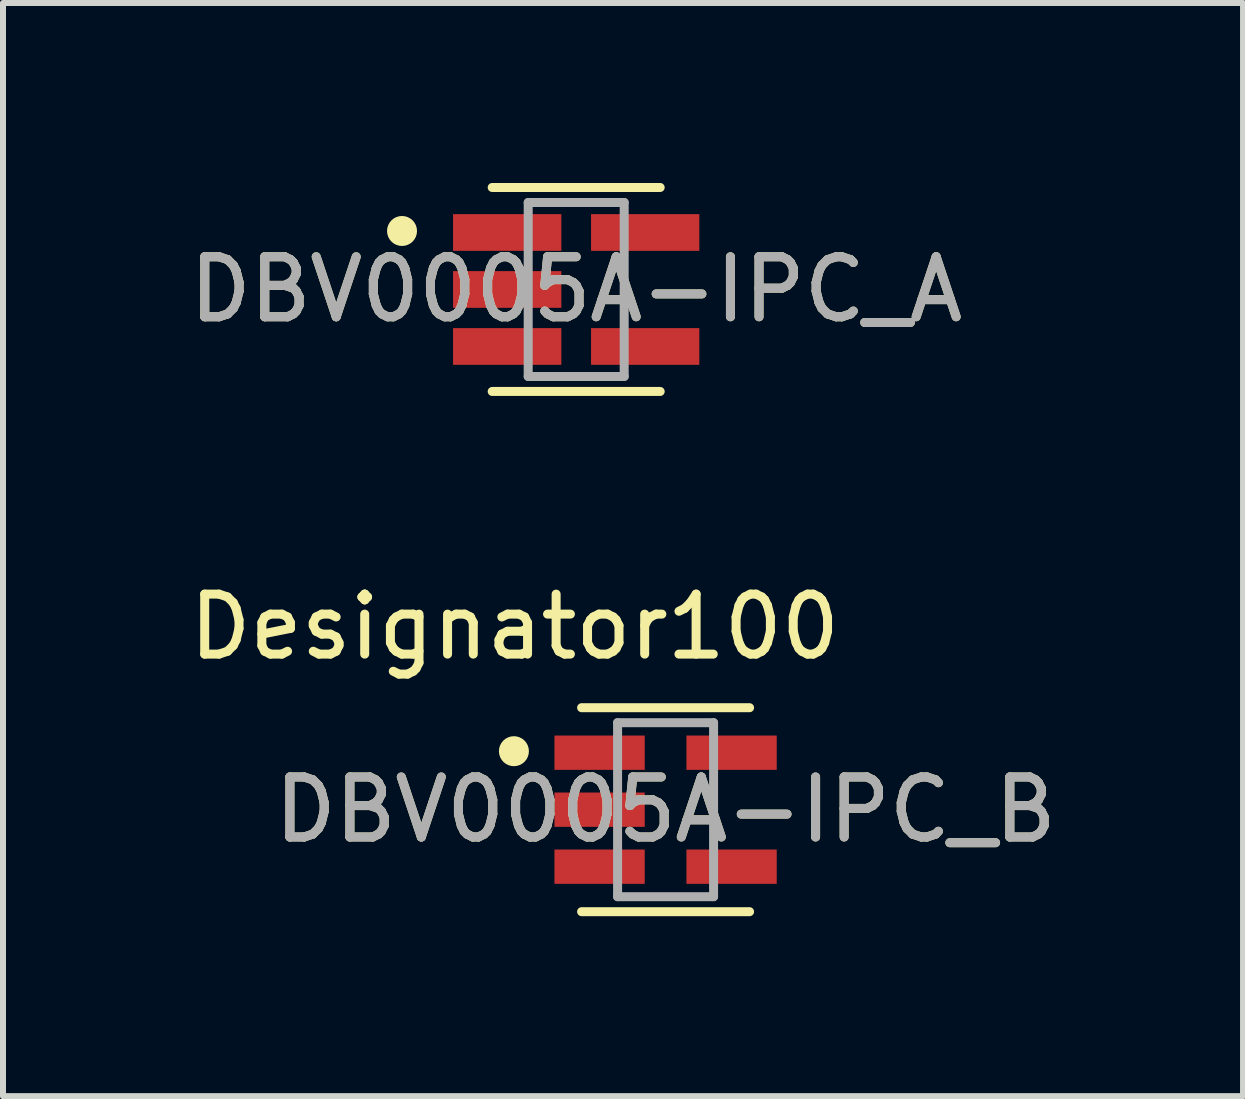
<source format=kicad_pcb>
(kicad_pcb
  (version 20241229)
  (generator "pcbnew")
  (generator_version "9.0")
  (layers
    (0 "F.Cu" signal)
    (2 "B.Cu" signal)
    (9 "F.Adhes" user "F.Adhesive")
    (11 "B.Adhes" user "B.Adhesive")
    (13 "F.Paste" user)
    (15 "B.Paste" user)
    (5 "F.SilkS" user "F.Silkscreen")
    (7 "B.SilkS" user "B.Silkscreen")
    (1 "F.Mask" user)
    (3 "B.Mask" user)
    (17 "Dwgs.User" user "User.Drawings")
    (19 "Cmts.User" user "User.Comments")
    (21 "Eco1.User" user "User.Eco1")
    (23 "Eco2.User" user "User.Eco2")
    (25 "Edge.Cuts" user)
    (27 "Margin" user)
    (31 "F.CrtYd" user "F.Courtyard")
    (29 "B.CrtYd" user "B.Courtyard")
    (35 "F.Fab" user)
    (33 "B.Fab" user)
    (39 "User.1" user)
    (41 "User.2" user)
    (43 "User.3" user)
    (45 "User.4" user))
  (footprint "DBV0005A-IPC_A"
    (layer "F.Cu")
    (at 6.554 1.775)
    (property "Reference" "DBV0005A-IPC_A" (at 0 0 0) (unlocked yes) (layer "F.SilkS") (effects (font (size 1 1) (thickness 0.15))))
    (attr smd)
    (fp_line (start -1.4 -1.7) (end 1.4 -1.7) (stroke (width 0.15) (type solid)) (layer "F.SilkS"))
    (fp_line (start -1.4 1.7) (end 1.4 1.7) (stroke (width 0.15) (type solid)) (layer "F.SilkS"))
    (fp_circle (center -2.903 -0.975) (end -2.778 -0.975) (stroke (width 0.25) (type solid)) (fill no) (layer "F.SilkS"))
    (fp_line (start -0.8 -1.45) (end 0.8 -1.45) (stroke (width 0.15) (type solid)) (layer "F.Fab"))
    (fp_line (start -0.8 1.45) (end -0.8 -1.45) (stroke (width 0.15) (type solid)) (layer "F.Fab"))
    (fp_line (start -0.8 1.45) (end 0.8 1.45) (stroke (width 0.15) (type solid)) (layer "F.Fab"))
    (fp_line (start 0.8 1.45) (end 0.8 -1.45) (stroke (width 0.15) (type solid)) (layer "F.Fab"))
    (fp_text user "${REFERENCE}" (at 0 0 0) (unlocked yes) (layer "F.Fab") (effects (font (size 1 1) (thickness 0.15))))
    (pad "1" smd rect (at -1.15 -0.95) (size 1.805 0.612) (layers "F.Cu" "F.Mask" "F.Paste"))
    (pad "2" smd rect (at -1.15 0) (size 1.805 0.612) (layers "F.Cu" "F.Mask" "F.Paste"))
    (pad "3" smd rect (at -1.15 0.95) (size 1.805 0.612) (layers "F.Cu" "F.Mask" "F.Paste"))
    (pad "4" smd rect (at 1.15 0.95) (size 1.805 0.612) (layers "F.Cu" "F.Mask" "F.Paste"))
    (pad "5" smd rect (at 1.15 -0.95) (size 1.805 0.612) (layers "F.Cu" "F.Mask" "F.Paste")))
  (footprint "DBV0005A-IPC_B"
    (layer "F.Cu")
    (at 8.044 10.446)
    (property "Reference" "DBV0005A-IPC_B" (at 0 0 0) (unlocked yes) (layer "F.SilkS") (effects (font (size 1 1) (thickness 0.15))))
    (attr smd)
    (fp_line (start -1.4 -1.7) (end 1.4 -1.7) (stroke (width 0.15) (type solid)) (layer "F.SilkS"))
    (fp_line (start -1.4 1.7) (end 1.4 1.7) (stroke (width 0.15) (type solid)) (layer "F.SilkS"))
    (fp_circle (center -2.528 -0.975) (end -2.403 -0.975) (stroke (width 0.25) (type solid)) (fill no) (layer "F.SilkS"))
    (fp_line (start -0.8 -1.45) (end 0.8 -1.45) (stroke (width 0.15) (type solid)) (layer "F.Fab"))
    (fp_line (start -0.8 1.45) (end -0.8 -1.45) (stroke (width 0.15) (type solid)) (layer "F.Fab"))
    (fp_line (start -0.8 1.45) (end 0.8 1.45) (stroke (width 0.15) (type solid)) (layer "F.Fab"))
    (fp_line (start 0.8 1.45) (end 0.8 -1.45) (stroke (width 0.15) (type solid)) (layer "F.Fab"))
    (fp_text user "Designator100" (at -2.515 -3.048 0) (unlocked yes) (layer "F.SilkS") (effects (font (size 1 1) (thickness 0.15))))
    (fp_text user "${REFERENCE}" (at 0 0 0) (unlocked yes) (layer "F.Fab") (effects (font (size 1 1) (thickness 0.15))))
    (pad "1" smd rect (at -1.1 -0.95) (size 1.505 0.572) (layers "F.Cu" "F.Mask" "F.Paste"))
    (pad "2" smd rect (at -1.1 0) (size 1.505 0.572) (layers "F.Cu" "F.Mask" "F.Paste"))
    (pad "3" smd rect (at -1.1 0.95) (size 1.505 0.572) (layers "F.Cu" "F.Mask" "F.Paste"))
    (pad "4" smd rect (at 1.1 0.95) (size 1.505 0.572) (layers "F.Cu" "F.Mask" "F.Paste"))
    (pad "5" smd rect (at 1.1 -0.95) (size 1.505 0.572) (layers "F.Cu" "F.Mask" "F.Paste")))
  (gr_rect
    (start -3 -3)
    (end 17.669 15.221)
    (stroke (width 0.1) (type default))
    (fill no)
    (layer "Edge.Cuts")))
</source>
